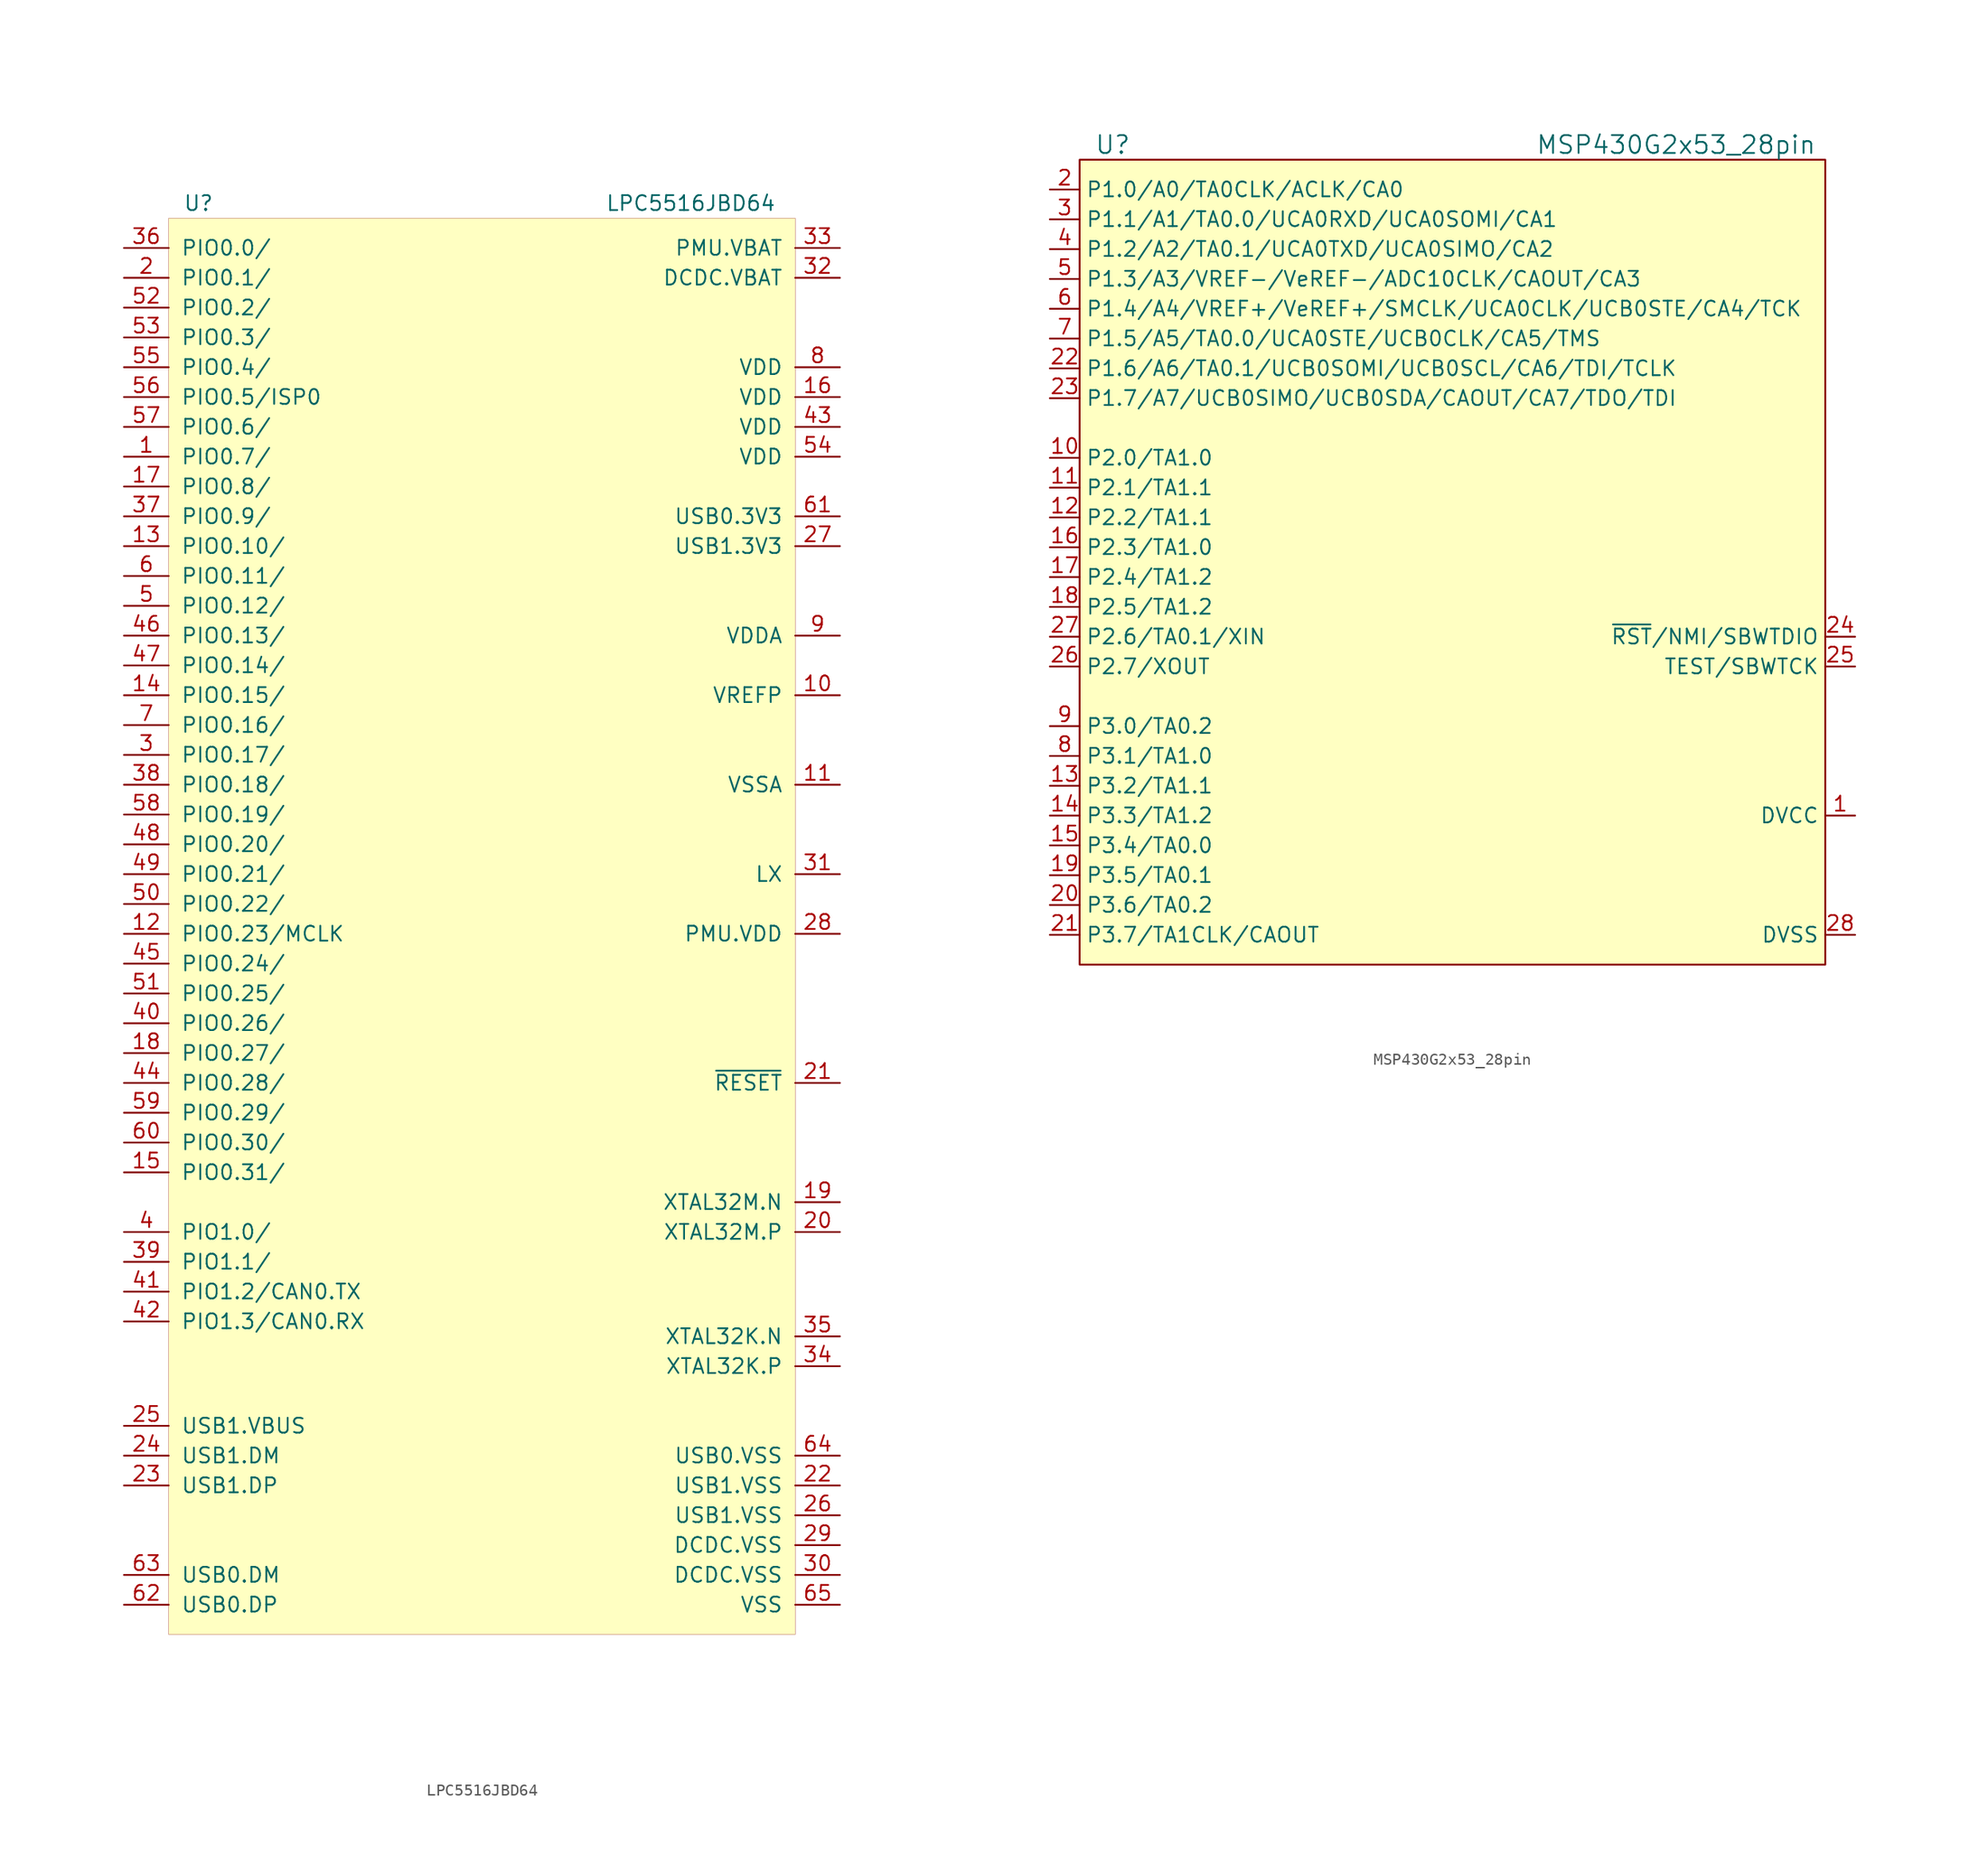
<source format=kicad_sym>
(kicad_symbol_lib
  (version 20231120)
  (generator "kicad_symbol_editor")
  (generator_version "8.0")
  (symbol "LPC5516JBD64"
    (pin_names
      (offset 1.016))
    (property "Reference" "U"
      (at -24.13 59.69 0)
      (effects (font (size 1.27 1.27))))
    (property "Value" "LPC5516JBD64"
      (at 17.78 59.69 0)
      (effects (font (size 1.27 1.27))))
    (symbol "LPC5516JBD64_0_1"
      (rectangle (start -26.67 -62.23) (end 26.67 58.42) (stroke (width 0.001) (type default)) (fill (type background))))
    (symbol "LPC5516JBD64_1_1"
      (pin bidirectional line (at -30.48 38.1 0) (length 3.81) (name "PIO0.7/" (effects (font (size 1.27 1.27)))) (number "1" (effects (font (size 1.27 1.27)))))
      (pin power_in line (at 30.48 17.78 180) (length 3.81) (name "VREFP" (effects (font (size 1.27 1.27)))) (number "10" (effects (font (size 1.27 1.27)))))
      (pin power_in line (at 30.48 10.16 180) (length 3.81) (name "VSSA" (effects (font (size 1.27 1.27)))) (number "11" (effects (font (size 1.27 1.27)))))
      (pin bidirectional line (at -30.48 -2.54 0) (length 3.81) (name "PIO0.23/MCLK" (effects (font (size 1.27 1.27)))) (number "12" (effects (font (size 1.27 1.27)))))
      (pin bidirectional line (at -30.48 30.48 0) (length 3.81) (name "PIO0.10/" (effects (font (size 1.27 1.27)))) (number "13" (effects (font (size 1.27 1.27)))))
      (pin bidirectional line (at -30.48 17.78 0) (length 3.81) (name "PIO0.15/" (effects (font (size 1.27 1.27)))) (number "14" (effects (font (size 1.27 1.27)))))
      (pin bidirectional line (at -30.48 -22.86 0) (length 3.81) (name "PIO0.31/" (effects (font (size 1.27 1.27)))) (number "15" (effects (font (size 1.27 1.27)))))
      (pin power_in line (at 30.48 43.18 180) (length 3.81) (name "VDD" (effects (font (size 1.27 1.27)))) (number "16" (effects (font (size 1.27 1.27)))))
      (pin bidirectional line (at -30.48 35.56 0) (length 3.81) (name "PIO0.8/" (effects (font (size 1.27 1.27)))) (number "17" (effects (font (size 1.27 1.27)))))
      (pin bidirectional line (at -30.48 -12.7 0) (length 3.81) (name "PIO0.27/" (effects (font (size 1.27 1.27)))) (number "18" (effects (font (size 1.27 1.27)))))
      (pin output line (at 30.48 -25.4 180) (length 3.81) (name "XTAL32M.N" (effects (font (size 1.27 1.27)))) (number "19" (effects (font (size 1.27 1.27)))))
      (pin bidirectional line (at -30.48 53.34 0) (length 3.81) (name "PIO0.1/" (effects (font (size 1.27 1.27)))) (number "2" (effects (font (size 1.27 1.27)))))
      (pin input line (at 30.48 -27.94 180) (length 3.81) (name "XTAL32M.P" (effects (font (size 1.27 1.27)))) (number "20" (effects (font (size 1.27 1.27)))))
      (pin input line (at 30.48 -15.24 180) (length 3.81) (name "~{RESET}" (effects (font (size 1.27 1.27)))) (number "21" (effects (font (size 1.27 1.27)))))
      (pin power_in line (at 30.48 -49.53 180) (length 3.81) (name "USB1.VSS" (effects (font (size 1.27 1.27)))) (number "22" (effects (font (size 1.27 1.27)))))
      (pin bidirectional line (at -30.48 -49.53 0) (length 3.81) (name "USB1.DP" (effects (font (size 1.27 1.27)))) (number "23" (effects (font (size 1.27 1.27)))))
      (pin bidirectional line (at -30.48 -46.99 0) (length 3.81) (name "USB1.DM" (effects (font (size 1.27 1.27)))) (number "24" (effects (font (size 1.27 1.27)))))
      (pin input line (at -30.48 -44.45 0) (length 3.81) (name "USB1.VBUS" (effects (font (size 1.27 1.27)))) (number "25" (effects (font (size 1.27 1.27)))))
      (pin power_in line (at 30.48 -52.07 180) (length 3.81) (name "USB1.VSS" (effects (font (size 1.27 1.27)))) (number "26" (effects (font (size 1.27 1.27)))))
      (pin power_in line (at 30.48 30.48 180) (length 3.81) (name "USB1.3V3" (effects (font (size 1.27 1.27)))) (number "27" (effects (font (size 1.27 1.27)))))
      (pin power_in line (at 30.48 -2.54 180) (length 3.81) (name "PMU.VDD" (effects (font (size 1.27 1.27)))) (number "28" (effects (font (size 1.27 1.27)))))
      (pin power_in line (at 30.48 -54.61 180) (length 3.81) (name "DCDC.VSS" (effects (font (size 1.27 1.27)))) (number "29" (effects (font (size 1.27 1.27)))))
      (pin bidirectional line (at -30.48 12.7 0) (length 3.81) (name "PIO0.17/" (effects (font (size 1.27 1.27)))) (number "3" (effects (font (size 1.27 1.27)))))
      (pin power_in line (at 30.48 -57.15 180) (length 3.81) (name "DCDC.VSS" (effects (font (size 1.27 1.27)))) (number "30" (effects (font (size 1.27 1.27)))))
      (pin power_out line (at 30.48 2.54 180) (length 3.81) (name "LX" (effects (font (size 1.27 1.27)))) (number "31" (effects (font (size 1.27 1.27)))))
      (pin power_in line (at 30.48 53.34 180) (length 3.81) (name "DCDC.VBAT" (effects (font (size 1.27 1.27)))) (number "32" (effects (font (size 1.27 1.27)))))
      (pin power_in line (at 30.48 55.88 180) (length 3.81) (name "PMU.VBAT" (effects (font (size 1.27 1.27)))) (number "33" (effects (font (size 1.27 1.27)))))
      (pin input line (at 30.48 -39.37 180) (length 3.81) (name "XTAL32K.P" (effects (font (size 1.27 1.27)))) (number "34" (effects (font (size 1.27 1.27)))))
      (pin output line (at 30.48 -36.83 180) (length 3.81) (name "XTAL32K.N" (effects (font (size 1.27 1.27)))) (number "35" (effects (font (size 1.27 1.27)))))
      (pin bidirectional line (at -30.48 55.88 0) (length 3.81) (name "PIO0.0/" (effects (font (size 1.27 1.27)))) (number "36" (effects (font (size 1.27 1.27)))))
      (pin bidirectional line (at -30.48 33.02 0) (length 3.81) (name "PIO0.9/" (effects (font (size 1.27 1.27)))) (number "37" (effects (font (size 1.27 1.27)))))
      (pin bidirectional line (at -30.48 10.16 0) (length 3.81) (name "PIO0.18/" (effects (font (size 1.27 1.27)))) (number "38" (effects (font (size 1.27 1.27)))))
      (pin bidirectional line (at -30.48 -30.48 0) (length 3.81) (name "PIO1.1/" (effects (font (size 1.27 1.27)))) (number "39" (effects (font (size 1.27 1.27)))))
      (pin bidirectional line (at -30.48 -27.94 0) (length 3.81) (name "PIO1.0/" (effects (font (size 1.27 1.27)))) (number "4" (effects (font (size 1.27 1.27)))))
      (pin bidirectional line (at -30.48 -10.16 0) (length 3.81) (name "PIO0.26/" (effects (font (size 1.27 1.27)))) (number "40" (effects (font (size 1.27 1.27)))))
      (pin bidirectional line (at -30.48 -33.02 0) (length 3.81) (name "PIO1.2/CAN0.TX" (effects (font (size 1.27 1.27)))) (number "41" (effects (font (size 1.27 1.27)))))
      (pin bidirectional line (at -30.48 -35.56 0) (length 3.81) (name "PIO1.3/CAN0.RX" (effects (font (size 1.27 1.27)))) (number "42" (effects (font (size 1.27 1.27)))))
      (pin power_in line (at 30.48 40.64 180) (length 3.81) (name "VDD" (effects (font (size 1.27 1.27)))) (number "43" (effects (font (size 1.27 1.27)))))
      (pin bidirectional line (at -30.48 -15.24 0) (length 3.81) (name "PIO0.28/" (effects (font (size 1.27 1.27)))) (number "44" (effects (font (size 1.27 1.27)))))
      (pin bidirectional line (at -30.48 -5.08 0) (length 3.81) (name "PIO0.24/" (effects (font (size 1.27 1.27)))) (number "45" (effects (font (size 1.27 1.27)))))
      (pin bidirectional line (at -30.48 22.86 0) (length 3.81) (name "PIO0.13/" (effects (font (size 1.27 1.27)))) (number "46" (effects (font (size 1.27 1.27)))))
      (pin bidirectional line (at -30.48 20.32 0) (length 3.81) (name "PIO0.14/" (effects (font (size 1.27 1.27)))) (number "47" (effects (font (size 1.27 1.27)))))
      (pin bidirectional line (at -30.48 5.08 0) (length 3.81) (name "PIO0.20/" (effects (font (size 1.27 1.27)))) (number "48" (effects (font (size 1.27 1.27)))))
      (pin bidirectional line (at -30.48 2.54 0) (length 3.81) (name "PIO0.21/" (effects (font (size 1.27 1.27)))) (number "49" (effects (font (size 1.27 1.27)))))
      (pin bidirectional line (at -30.48 25.4 0) (length 3.81) (name "PIO0.12/" (effects (font (size 1.27 1.27)))) (number "5" (effects (font (size 1.27 1.27)))))
      (pin bidirectional line (at -30.48 0 0) (length 3.81) (name "PIO0.22/" (effects (font (size 1.27 1.27)))) (number "50" (effects (font (size 1.27 1.27)))))
      (pin bidirectional line (at -30.48 -7.62 0) (length 3.81) (name "PIO0.25/" (effects (font (size 1.27 1.27)))) (number "51" (effects (font (size 1.27 1.27)))))
      (pin bidirectional line (at -30.48 50.8 0) (length 3.81) (name "PIO0.2/" (effects (font (size 1.27 1.27)))) (number "52" (effects (font (size 1.27 1.27)))))
      (pin bidirectional line (at -30.48 48.26 0) (length 3.81) (name "PIO0.3/" (effects (font (size 1.27 1.27)))) (number "53" (effects (font (size 1.27 1.27)))))
      (pin power_in line (at 30.48 38.1 180) (length 3.81) (name "VDD" (effects (font (size 1.27 1.27)))) (number "54" (effects (font (size 1.27 1.27)))))
      (pin bidirectional line (at -30.48 45.72 0) (length 3.81) (name "PIO0.4/" (effects (font (size 1.27 1.27)))) (number "55" (effects (font (size 1.27 1.27)))))
      (pin bidirectional line (at -30.48 43.18 0) (length 3.81) (name "PIO0.5/ISP0" (effects (font (size 1.27 1.27)))) (number "56" (effects (font (size 1.27 1.27)))))
      (pin bidirectional line (at -30.48 40.64 0) (length 3.81) (name "PIO0.6/" (effects (font (size 1.27 1.27)))) (number "57" (effects (font (size 1.27 1.27)))))
      (pin bidirectional line (at -30.48 7.62 0) (length 3.81) (name "PIO0.19/" (effects (font (size 1.27 1.27)))) (number "58" (effects (font (size 1.27 1.27)))))
      (pin bidirectional line (at -30.48 -17.78 0) (length 3.81) (name "PIO0.29/" (effects (font (size 1.27 1.27)))) (number "59" (effects (font (size 1.27 1.27)))))
      (pin bidirectional line (at -30.48 27.94 0) (length 3.81) (name "PIO0.11/" (effects (font (size 1.27 1.27)))) (number "6" (effects (font (size 1.27 1.27)))))
      (pin bidirectional line (at -30.48 -20.32 0) (length 3.81) (name "PIO0.30/" (effects (font (size 1.27 1.27)))) (number "60" (effects (font (size 1.27 1.27)))))
      (pin power_in line (at 30.48 33.02 180) (length 3.81) (name "USB0.3V3" (effects (font (size 1.27 1.27)))) (number "61" (effects (font (size 1.27 1.27)))))
      (pin bidirectional line (at -30.48 -59.69 0) (length 3.81) (name "USB0.DP" (effects (font (size 1.27 1.27)))) (number "62" (effects (font (size 1.27 1.27)))))
      (pin bidirectional line (at -30.48 -57.15 0) (length 3.81) (name "USB0.DM" (effects (font (size 1.27 1.27)))) (number "63" (effects (font (size 1.27 1.27)))))
      (pin power_in line (at 30.48 -46.99 180) (length 3.81) (name "USB0.VSS" (effects (font (size 1.27 1.27)))) (number "64" (effects (font (size 1.27 1.27)))))
      (pin power_in line (at 30.48 -59.69 180) (length 3.81) (name "VSS" (effects (font (size 1.27 1.27)))) (number "65" (effects (font (size 1.27 1.27)))))
      (pin bidirectional line (at -30.48 15.24 0) (length 3.81) (name "PIO0.16/" (effects (font (size 1.27 1.27)))) (number "7" (effects (font (size 1.27 1.27)))))
      (pin power_in line (at 30.48 45.72 180) (length 3.81) (name "VDD" (effects (font (size 1.27 1.27)))) (number "8" (effects (font (size 1.27 1.27)))))
      (pin power_in line (at 30.48 22.86 180) (length 3.81) (name "VDDA" (effects (font (size 1.27 1.27)))) (number "9" (effects (font (size 1.27 1.27)))))))
  (symbol "MSP430G2x53_28pin"
    (property "Reference" "U"
      (at -29.21 34.29 0)
      (effects (font (size 1.524 1.524)) (justify left)))
    (property "Value" "MSP430G2x53_28pin"
      (at 20.32 34.29 0)
      (effects (font (size 1.524 1.524))))
    (symbol "MSP430G2x53_28pin_0_1"
      (rectangle (start -30.48 -35.56) (end 33.02 33.02) (stroke (width 0) (type default)) (fill (type background))))
    (symbol "MSP430G2x53_28pin_1_1"
      (pin power_in line (at 35.56 -22.86 180) (length 2.54) (name "DVCC" (effects (font (size 1.27 1.27)))) (number "1" (effects (font (size 1.27 1.27)))))
      (pin bidirectional line (at -33.02 7.62 0) (length 2.54) (name "P2.0/TA1.0" (effects (font (size 1.27 1.27)))) (number "10" (effects (font (size 1.27 1.27)))))
      (pin bidirectional line (at -33.02 5.08 0) (length 2.54) (name "P2.1/TA1.1" (effects (font (size 1.27 1.27)))) (number "11" (effects (font (size 1.27 1.27)))))
      (pin bidirectional line (at -33.02 2.54 0) (length 2.54) (name "P2.2/TA1.1" (effects (font (size 1.27 1.27)))) (number "12" (effects (font (size 1.27 1.27)))))
      (pin bidirectional line (at -33.02 -20.32 0) (length 2.54) (name "P3.2/TA1.1" (effects (font (size 1.27 1.27)))) (number "13" (effects (font (size 1.27 1.27)))))
      (pin bidirectional line (at -33.02 -22.86 0) (length 2.54) (name "P3.3/TA1.2" (effects (font (size 1.27 1.27)))) (number "14" (effects (font (size 1.27 1.27)))))
      (pin bidirectional line (at -33.02 -25.4 0) (length 2.54) (name "P3.4/TA0.0" (effects (font (size 1.27 1.27)))) (number "15" (effects (font (size 1.27 1.27)))))
      (pin bidirectional line (at -33.02 0 0) (length 2.54) (name "P2.3/TA1.0" (effects (font (size 1.27 1.27)))) (number "16" (effects (font (size 1.27 1.27)))))
      (pin bidirectional line (at -33.02 -2.54 0) (length 2.54) (name "P2.4/TA1.2" (effects (font (size 1.27 1.27)))) (number "17" (effects (font (size 1.27 1.27)))))
      (pin bidirectional line (at -33.02 -5.08 0) (length 2.54) (name "P2.5/TA1.2" (effects (font (size 1.27 1.27)))) (number "18" (effects (font (size 1.27 1.27)))))
      (pin bidirectional line (at -33.02 -27.94 0) (length 2.54) (name "P3.5/TA0.1" (effects (font (size 1.27 1.27)))) (number "19" (effects (font (size 1.27 1.27)))))
      (pin bidirectional line (at -33.02 30.48 0) (length 2.54) (name "P1.0/A0/TA0CLK/ACLK/CA0" (effects (font (size 1.27 1.27)))) (number "2" (effects (font (size 1.27 1.27)))))
      (pin bidirectional line (at -33.02 -30.48 0) (length 2.54) (name "P3.6/TA0.2" (effects (font (size 1.27 1.27)))) (number "20" (effects (font (size 1.27 1.27)))))
      (pin bidirectional line (at -33.02 -33.02 0) (length 2.54) (name "P3.7/TA1CLK/CAOUT" (effects (font (size 1.27 1.27)))) (number "21" (effects (font (size 1.27 1.27)))))
      (pin bidirectional line (at -33.02 15.24 0) (length 2.54) (name "P1.6/A6/TA0.1/UCB0SOMI/UCB0SCL/CA6/TDI/TCLK" (effects (font (size 1.27 1.27)))) (number "22" (effects (font (size 1.27 1.27)))))
      (pin bidirectional line (at -33.02 12.7 0) (length 2.54) (name "P1.7/A7/UCB0SIMO/UCB0SDA/CAOUT/CA7/TDO/TDI" (effects (font (size 1.27 1.27)))) (number "23" (effects (font (size 1.27 1.27)))))
      (pin bidirectional line (at 35.56 -7.62 180) (length 2.54) (name "~{RST}/NMI/SBWTDIO" (effects (font (size 1.27 1.27)))) (number "24" (effects (font (size 1.27 1.27)))))
      (pin input line (at 35.56 -10.16 180) (length 2.54) (name "TEST/SBWTCK" (effects (font (size 1.27 1.27)))) (number "25" (effects (font (size 1.27 1.27)))))
      (pin bidirectional line (at -33.02 -10.16 0) (length 2.54) (name "P2.7/XOUT" (effects (font (size 1.27 1.27)))) (number "26" (effects (font (size 1.27 1.27)))))
      (pin bidirectional line (at -33.02 -7.62 0) (length 2.54) (name "P2.6/TA0.1/XIN" (effects (font (size 1.27 1.27)))) (number "27" (effects (font (size 1.27 1.27)))))
      (pin power_in line (at 35.56 -33.02 180) (length 2.54) (name "DVSS" (effects (font (size 1.27 1.27)))) (number "28" (effects (font (size 1.27 1.27)))))
      (pin bidirectional line (at -33.02 27.94 0) (length 2.54) (name "P1.1/A1/TA0.0/UCA0RXD/UCA0SOMI/CA1" (effects (font (size 1.27 1.27)))) (number "3" (effects (font (size 1.27 1.27)))))
      (pin bidirectional line (at -33.02 25.4 0) (length 2.54) (name "P1.2/A2/TA0.1/UCA0TXD/UCA0SIMO/CA2" (effects (font (size 1.27 1.27)))) (number "4" (effects (font (size 1.27 1.27)))))
      (pin bidirectional line (at -33.02 22.86 0) (length 2.54) (name "P1.3/A3/VREF-/VeREF-/ADC10CLK/CAOUT/CA3" (effects (font (size 1.27 1.27)))) (number "5" (effects (font (size 1.27 1.27)))))
      (pin bidirectional line (at -33.02 20.32 0) (length 2.54) (name "P1.4/A4/VREF+/VeREF+/SMCLK/UCA0CLK/UCB0STE/CA4/TCK" (effects (font (size 1.27 1.27)))) (number "6" (effects (font (size 1.27 1.27)))))
      (pin bidirectional line (at -33.02 17.78 0) (length 2.54) (name "P1.5/A5/TA0.0/UCA0STE/UCB0CLK/CA5/TMS" (effects (font (size 1.27 1.27)))) (number "7" (effects (font (size 1.27 1.27)))))
      (pin bidirectional line (at -33.02 -17.78 0) (length 2.54) (name "P3.1/TA1.0" (effects (font (size 1.27 1.27)))) (number "8" (effects (font (size 1.27 1.27)))))
      (pin bidirectional line (at -33.02 -15.24 0) (length 2.54) (name "P3.0/TA0.2" (effects (font (size 1.27 1.27)))) (number "9" (effects (font (size 1.27 1.27))))))))
</source>
